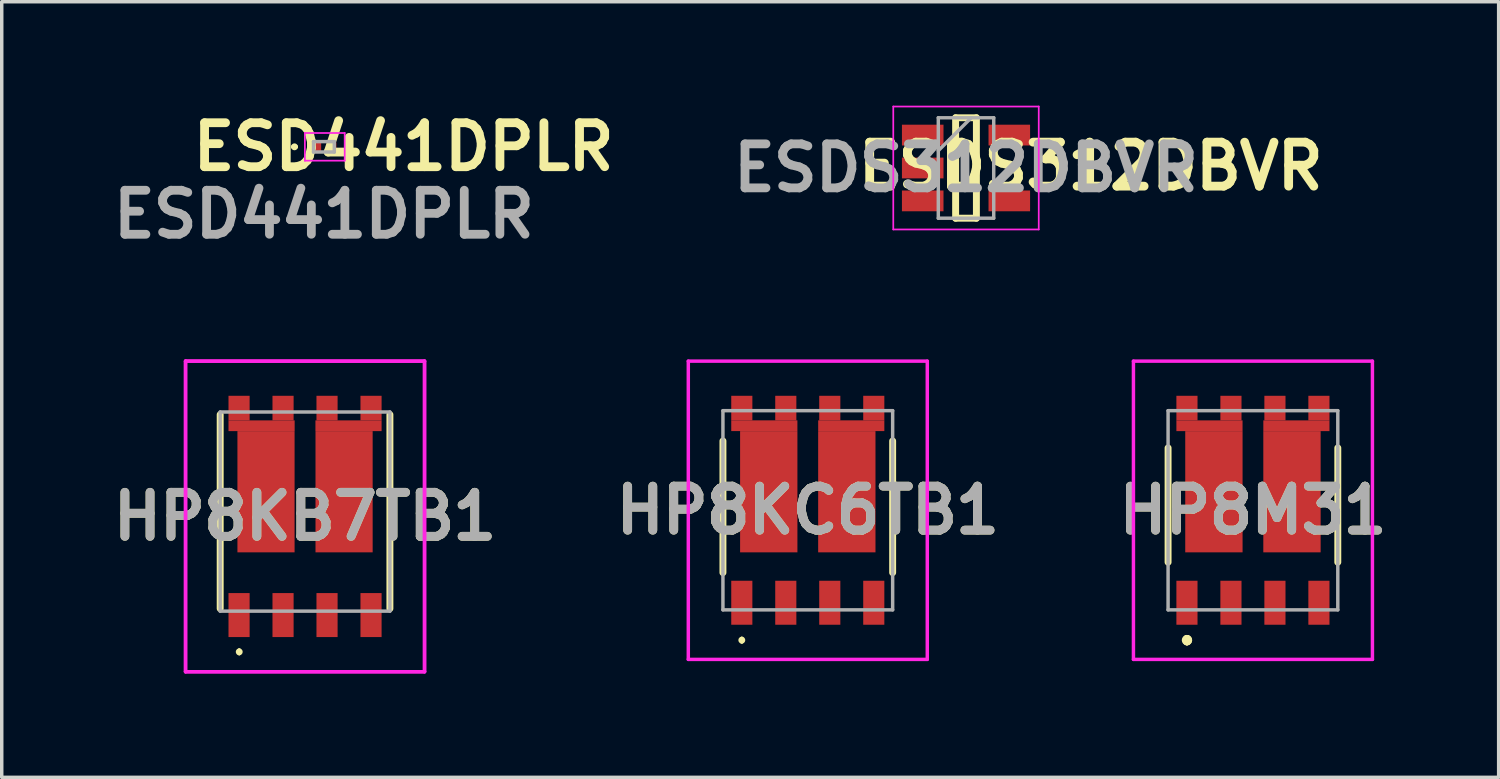
<source format=kicad_pcb>
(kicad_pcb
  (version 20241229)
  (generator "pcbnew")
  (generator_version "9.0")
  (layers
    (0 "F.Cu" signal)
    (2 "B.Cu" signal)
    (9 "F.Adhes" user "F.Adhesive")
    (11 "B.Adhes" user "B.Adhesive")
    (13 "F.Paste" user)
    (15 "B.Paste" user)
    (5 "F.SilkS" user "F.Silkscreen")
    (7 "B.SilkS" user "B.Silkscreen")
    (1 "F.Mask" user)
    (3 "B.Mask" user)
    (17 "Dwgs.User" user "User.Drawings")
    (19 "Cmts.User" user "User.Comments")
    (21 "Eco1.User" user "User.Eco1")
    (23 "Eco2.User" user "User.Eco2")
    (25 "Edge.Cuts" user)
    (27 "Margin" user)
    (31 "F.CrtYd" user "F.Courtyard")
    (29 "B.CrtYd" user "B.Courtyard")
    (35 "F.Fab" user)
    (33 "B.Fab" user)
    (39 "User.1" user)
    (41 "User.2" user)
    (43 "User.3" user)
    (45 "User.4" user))
  (footprint "HP8M31"
    (layer "F.Cu")
    (at 33.124 11.682)
    (property "Reference" "HP8M31" (at 0 0 0) (layer "F.SilkS") (effects (font (size 1.27 1.27) (thickness 0.254))))
    (attr smd)
    (fp_line (start -2.45 -1.8) (end -2.45 1.5) (stroke (width 0.2) (type solid)) (layer "F.SilkS"))
    (fp_line (start -1.905 3.7) (end -1.905 3.7) (stroke (width 0.2) (type solid)) (layer "F.SilkS"))
    (fp_line (start -1.905 3.8) (end -1.905 3.8) (stroke (width 0.2) (type solid)) (layer "F.SilkS"))
    (fp_line (start -1.905 3.8) (end -1.905 3.8) (stroke (width 0.2) (type solid)) (layer "F.SilkS"))
    (fp_line (start 2.45 1.5) (end 2.45 -1.8) (stroke (width 0.2) (type solid)) (layer "F.SilkS"))
    (fp_arc (start -1.905 3.7) (mid -1.855 3.75) (end -1.905 3.8) (stroke (width 0.2) (type solid)) (layer "F.SilkS"))
    (fp_arc (start -1.905 3.7) (mid -1.855 3.75) (end -1.905 3.8) (stroke (width 0.2) (type solid)) (layer "F.SilkS"))
    (fp_arc (start -1.905 3.8) (mid -1.955 3.75) (end -1.905 3.7) (stroke (width 0.2) (type solid)) (layer "F.SilkS"))
    (fp_line (start -3.45 -4.305) (end 3.45 -4.305) (stroke (width 0.1) (type solid)) (layer "F.CrtYd"))
    (fp_line (start -3.45 4.305) (end -3.45 -4.305) (stroke (width 0.1) (type solid)) (layer "F.CrtYd"))
    (fp_line (start 3.45 -4.305) (end 3.45 4.305) (stroke (width 0.1) (type solid)) (layer "F.CrtYd"))
    (fp_line (start 3.45 4.305) (end -3.45 4.305) (stroke (width 0.1) (type solid)) (layer "F.CrtYd"))
    (fp_line (start -2.45 -2.875) (end -2.45 2.875) (stroke (width 0.1) (type solid)) (layer "F.Fab"))
    (fp_line (start -2.45 2.875) (end 2.45 2.875) (stroke (width 0.1) (type solid)) (layer "F.Fab"))
    (fp_line (start 2.45 -2.875) (end -2.45 -2.875) (stroke (width 0.1) (type solid)) (layer "F.Fab"))
    (fp_line (start 2.45 2.875) (end 2.45 -2.875) (stroke (width 0.1) (type solid)) (layer "F.Fab"))
    (fp_text user "${REFERENCE}" (at 0 0 0) (layer "F.Fab") (effects (font (size 1.27 1.27) (thickness 0.254))))
    (pad "1" smd rect (at -1.905 2.67) (size 0.61 1.27) (layers "F.Cu" "F.Mask" "F.Paste"))
    (pad "2" smd rect (at -0.635 2.67) (size 0.61 1.27) (layers "F.Cu" "F.Mask" "F.Paste"))
    (pad "3" smd rect (at 0.635 2.67) (size 0.61 1.27) (layers "F.Cu" "F.Mask" "F.Paste"))
    (pad "4" smd rect (at 1.905 2.67) (size 0.61 1.27) (layers "F.Cu" "F.Mask" "F.Paste"))
    (pad "5" smd rect (at 1.905 -2.95) (size 0.61 0.71) (layers "F.Cu" "F.Mask" "F.Paste"))
    (pad "6" smd rect (at 0.635 -2.95) (size 0.61 0.71) (layers "F.Cu" "F.Mask" "F.Paste"))
    (pad "7" smd rect (at -0.635 -2.95) (size 0.61 0.71) (layers "F.Cu" "F.Mask" "F.Paste"))
    (pad "8" smd rect (at -1.905 -2.95) (size 0.61 0.71) (layers "F.Cu" "F.Mask" "F.Paste"))
    (pad "9" smd rect (at -1.255 -2.44 90) (size 0.31 1.91) (layers "F.Cu" "F.Mask" "F.Paste"))
    (pad "10" smd rect (at -1.127 -0.535) (size 1.655 3.5) (layers "F.Cu" "F.Mask" "F.Paste"))
    (pad "11" smd rect (at 1.127 -0.535) (size 1.655 3.5) (layers "F.Cu" "F.Mask" "F.Paste"))
    (pad "12" smd rect (at 1.255 -2.44 90) (size 0.31 1.91) (layers "F.Cu" "F.Mask" "F.Paste")))
  (footprint "HP8KC6TB1"
    (layer "F.Cu")
    (at 20.272 8.377)
    (property "Reference" "HP8KC6TB1" (at 0 3.305 0) (layer "F.SilkS") (effects (font (size 1.27 1.27) (thickness 0.254))))
    (attr smd)
    (fp_line (start -2.45 1.305) (end -2.45 5.105) (stroke (width 0.2) (type solid)) (layer "F.SilkS"))
    (fp_line (start -1.905 7.005) (end -1.905 7.005) (stroke (width 0.1) (type solid)) (layer "F.SilkS"))
    (fp_line (start -1.905 7.105) (end -1.905 7.105) (stroke (width 0.1) (type solid)) (layer "F.SilkS"))
    (fp_line (start 2.45 1.305) (end 2.45 5.105) (stroke (width 0.2) (type solid)) (layer "F.SilkS"))
    (fp_arc (start -1.905 7.005) (mid -1.855 7.055) (end -1.905 7.105) (stroke (width 0.1) (type solid)) (layer "F.SilkS"))
    (fp_arc (start -1.905 7.105) (mid -1.955 7.055) (end -1.905 7.005) (stroke (width 0.1) (type solid)) (layer "F.SilkS"))
    (fp_line (start -3.45 -1) (end 3.45 -1) (stroke (width 0.1) (type solid)) (layer "F.CrtYd"))
    (fp_line (start -3.45 7.61) (end -3.45 -1) (stroke (width 0.1) (type solid)) (layer "F.CrtYd"))
    (fp_line (start 3.45 -1) (end 3.45 7.61) (stroke (width 0.1) (type solid)) (layer "F.CrtYd"))
    (fp_line (start 3.45 7.61) (end -3.45 7.61) (stroke (width 0.1) (type solid)) (layer "F.CrtYd"))
    (fp_line (start -2.45 0.43) (end -2.45 6.18) (stroke (width 0.1) (type solid)) (layer "F.Fab"))
    (fp_line (start -2.45 6.18) (end 2.45 6.18) (stroke (width 0.1) (type solid)) (layer "F.Fab"))
    (fp_line (start 2.45 0.43) (end -2.45 0.43) (stroke (width 0.1) (type solid)) (layer "F.Fab"))
    (fp_line (start 2.45 6.18) (end 2.45 0.43) (stroke (width 0.1) (type solid)) (layer "F.Fab"))
    (fp_text user "${REFERENCE}" (at 0 3.305 0) (layer "F.Fab") (effects (font (size 1.27 1.27) (thickness 0.254))))
    (pad "1" smd rect (at -1.905 5.975) (size 0.61 1.27) (layers "F.Cu" "F.Mask" "F.Paste"))
    (pad "2" smd rect (at -0.635 5.975) (size 0.61 1.27) (layers "F.Cu" "F.Mask" "F.Paste"))
    (pad "3" smd rect (at 0.635 5.975) (size 0.61 1.27) (layers "F.Cu" "F.Mask" "F.Paste"))
    (pad "4" smd rect (at 1.905 5.975) (size 0.61 1.27) (layers "F.Cu" "F.Mask" "F.Paste"))
    (pad "5" smd rect (at 1.905 0.355) (size 0.61 0.71) (layers "F.Cu" "F.Mask" "F.Paste"))
    (pad "6" smd rect (at 0.635 0.355) (size 0.61 0.71) (layers "F.Cu" "F.Mask" "F.Paste"))
    (pad "7" smd rect (at -0.635 0.355) (size 0.61 0.71) (layers "F.Cu" "F.Mask" "F.Paste"))
    (pad "8" smd rect (at -1.905 0.355) (size 0.61 0.71) (layers "F.Cu" "F.Mask" "F.Paste"))
    (pad "9" smd rect (at -1.255 0.864 90) (size 0.31 1.91) (layers "F.Cu" "F.Mask" "F.Paste"))
    (pad "10" smd rect (at -1.127 2.77) (size 1.655 3.5) (layers "F.Cu" "F.Mask" "F.Paste"))
    (pad "11" smd rect (at 1.127 2.77) (size 1.655 3.5) (layers "F.Cu" "F.Mask" "F.Paste"))
    (pad "12" smd rect (at 1.255 0.864 90) (size 0.31 1.91) (layers "F.Cu" "F.Mask" "F.Paste")))
  (footprint "ESD441DPLR"
    (layer "F.Cu")
    (at 6.302 1.189)
    (property "Reference" "ESD441DPLR" (at 2.3 0 180) (layer "F.SilkS") (effects (font (size 1.27 1.27) (thickness 0.254))))
    (attr smd)
    (fp_line (start -0.9 0) (end -0.9 0) (stroke (width 0.1) (type solid)) (layer "F.SilkS"))
    (fp_line (start -0.8 0) (end -0.8 0) (stroke (width 0.1) (type solid)) (layer "F.SilkS"))
    (fp_arc (start -0.9 0) (mid -0.85 -0.05) (end -0.8 0) (stroke (width 0.1) (type solid)) (layer "F.SilkS"))
    (fp_arc (start -0.8 0) (mid -0.85 0.05) (end -0.9 0) (stroke (width 0.1) (type solid)) (layer "F.SilkS"))
    (fp_line (start -0.55 -0.4) (end 0.6 -0.4) (stroke (width 0.05) (type solid)) (layer "F.CrtYd"))
    (fp_line (start -0.55 0.4) (end -0.55 -0.4) (stroke (width 0.05) (type solid)) (layer "F.CrtYd"))
    (fp_line (start 0.6 -0.4) (end 0.6 0.4) (stroke (width 0.05) (type solid)) (layer "F.CrtYd"))
    (fp_line (start 0.6 0.4) (end -0.55 0.4) (stroke (width 0.05) (type solid)) (layer "F.CrtYd"))
    (fp_line (start -0.3 -0.15) (end -0.3 0.15) (stroke (width 0.1) (type solid)) (layer "F.Fab"))
    (fp_line (start -0.3 0.15) (end 0.3 0.15) (stroke (width 0.1) (type solid)) (layer "F.Fab"))
    (fp_line (start 0.3 -0.15) (end -0.3 -0.15) (stroke (width 0.1) (type solid)) (layer "F.Fab"))
    (fp_line (start 0.3 0.15) (end 0.3 -0.15) (stroke (width 0.1) (type solid)) (layer "F.Fab"))
    (fp_text user "${REFERENCE}" (at 0 1.95 0) (layer "F.Fab") (effects (font (size 1.27 1.27) (thickness 0.254))))
    (pad "1" smd rect (at -0.22 0 90) (size 0.25 0.28) (layers "F.Cu" "F.Mask" "F.Paste"))
    (pad "2" smd rect (at 0.22 0 90) (size 0.25 0.28) (layers "F.Cu" "F.Mask" "F.Paste")))
  (footprint "HP8KB7TB1"
    (layer "F.Cu")
    (at 5.757 11.72)
    (property "Reference" "HP8KB7TB1" (at 0 0.14 0) (layer "F.SilkS") (effects (font (size 1.27 1.27) (thickness 0.254))))
    (attr smd)
    (fp_line (start -2.45 -2.8) (end -2.45 2.8) (stroke (width 0.2) (type solid)) (layer "F.SilkS"))
    (fp_line (start -1.9 4) (end -1.9 4) (stroke (width 0.1) (type solid)) (layer "F.SilkS"))
    (fp_line (start -1.9 4.1) (end -1.9 4.1) (stroke (width 0.1) (type solid)) (layer "F.SilkS"))
    (fp_line (start 2.45 -2.8) (end 2.45 2.8) (stroke (width 0.2) (type solid)) (layer "F.SilkS"))
    (fp_arc (start -1.9 4) (mid -1.85 4.05) (end -1.9 4.1) (stroke (width 0.1) (type solid)) (layer "F.SilkS"))
    (fp_arc (start -1.9 4.1) (mid -1.95 4.05) (end -1.9 4) (stroke (width 0.1) (type solid)) (layer "F.SilkS"))
    (fp_line (start -3.45 -4.343) (end 3.45 -4.343) (stroke (width 0.1) (type solid)) (layer "F.CrtYd"))
    (fp_line (start -3.45 -4.343) (end 3.45 -4.343) (stroke (width 0.1) (type solid)) (layer "F.CrtYd"))
    (fp_line (start -3.45 4.623) (end -3.45 -4.343) (stroke (width 0.1) (type solid)) (layer "F.CrtYd"))
    (fp_line (start -3.45 4.623) (end -3.45 -4.343) (stroke (width 0.1) (type solid)) (layer "F.CrtYd"))
    (fp_line (start 3.45 -4.343) (end 3.45 4.623) (stroke (width 0.1) (type solid)) (layer "F.CrtYd"))
    (fp_line (start 3.45 -4.343) (end 3.45 4.623) (stroke (width 0.1) (type solid)) (layer "F.CrtYd"))
    (fp_line (start 3.45 4.623) (end -3.45 4.623) (stroke (width 0.1) (type solid)) (layer "F.CrtYd"))
    (fp_line (start 3.45 4.623) (end -3.45 4.623) (stroke (width 0.1) (type solid)) (layer "F.CrtYd"))
    (fp_line (start -2.45 -2.875) (end 2.45 -2.875) (stroke (width 0.1) (type solid)) (layer "F.Fab"))
    (fp_line (start -2.45 2.875) (end -2.45 -2.875) (stroke (width 0.1) (type solid)) (layer "F.Fab"))
    (fp_line (start 2.45 -2.875) (end 2.45 2.875) (stroke (width 0.1) (type solid)) (layer "F.Fab"))
    (fp_line (start 2.45 2.875) (end -2.45 2.875) (stroke (width 0.1) (type solid)) (layer "F.Fab"))
    (fp_text user "${REFERENCE}" (at 0 0.14 0) (layer "F.Fab") (effects (font (size 1.27 1.27) (thickness 0.254))))
    (pad "1" smd rect (at -1.905 2.988) (size 0.61 1.27) (layers "F.Cu" "F.Mask" "F.Paste"))
    (pad "2" smd rect (at -0.635 2.988) (size 0.61 1.27) (layers "F.Cu" "F.Mask" "F.Paste"))
    (pad "3" smd rect (at 0.635 2.988) (size 0.61 1.27) (layers "F.Cu" "F.Mask" "F.Paste"))
    (pad "4" smd rect (at 1.905 2.988) (size 0.61 1.27) (layers "F.Cu" "F.Mask" "F.Paste"))
    (pad "5" smd rect (at 1.905 -2.988) (size 0.61 0.71) (layers "F.Cu" "F.Mask" "F.Paste"))
    (pad "6" smd rect (at 0.635 -2.988) (size 0.61 0.71) (layers "F.Cu" "F.Mask" "F.Paste"))
    (pad "7" smd rect (at -0.635 -2.988) (size 0.61 0.71) (layers "F.Cu" "F.Mask" "F.Paste"))
    (pad "8" smd rect (at -1.905 -2.988) (size 0.61 0.71) (layers "F.Cu" "F.Mask" "F.Paste"))
    (pad "9" smd rect (at -1.255 -2.478 90) (size 0.31 1.91) (layers "F.Cu" "F.Mask" "F.Paste"))
    (pad "10" smd rect (at -1.127 -0.573) (size 1.65 3.5) (layers "F.Cu" "F.Mask" "F.Paste"))
    (pad "11" smd rect (at 1.127 -0.573) (size 1.65 3.5) (layers "F.Cu" "F.Mask" "F.Paste"))
    (pad "12" smd rect (at 1.255 -2.478 90) (size 0.31 1.91) (layers "F.Cu" "F.Mask" "F.Paste")))
  (footprint "ESDS312DBVR"
    (layer "F.Cu")
    (at 24.84 1.8)
    (property "Reference" "ESDS312DBVR" (at 3.6 -0.05 0) (layer "F.SilkS") (effects (font (size 1.27 1.27) (thickness 0.254))))
    (attr smd)
    (fp_line (start -0.3 -1.45) (end 0.3 -1.45) (stroke (width 0.2) (type solid)) (layer "F.SilkS"))
    (fp_line (start -0.3 1.45) (end -0.3 -1.45) (stroke (width 0.2) (type solid)) (layer "F.SilkS"))
    (fp_line (start 0.3 -1.45) (end 0.3 1.45) (stroke (width 0.2) (type solid)) (layer "F.SilkS"))
    (fp_line (start 0.3 1.45) (end -0.3 1.45) (stroke (width 0.2) (type solid)) (layer "F.SilkS"))
    (fp_line (start -2.1 -1.775) (end 2.1 -1.775) (stroke (width 0.05) (type solid)) (layer "F.CrtYd"))
    (fp_line (start -2.1 1.775) (end -2.1 -1.775) (stroke (width 0.05) (type solid)) (layer "F.CrtYd"))
    (fp_line (start 2.1 -1.775) (end 2.1 1.775) (stroke (width 0.05) (type solid)) (layer "F.CrtYd"))
    (fp_line (start 2.1 1.775) (end -2.1 1.775) (stroke (width 0.05) (type solid)) (layer "F.CrtYd"))
    (fp_line (start -0.8 -1.45) (end 0.8 -1.45) (stroke (width 0.1) (type solid)) (layer "F.Fab"))
    (fp_line (start -0.8 -0.5) (end 0.15 -1.45) (stroke (width 0.1) (type solid)) (layer "F.Fab"))
    (fp_line (start -0.8 1.45) (end -0.8 -1.45) (stroke (width 0.1) (type solid)) (layer "F.Fab"))
    (fp_line (start 0.8 -1.45) (end 0.8 1.45) (stroke (width 0.1) (type solid)) (layer "F.Fab"))
    (fp_line (start 0.8 1.45) (end -0.8 1.45) (stroke (width 0.1) (type solid)) (layer "F.Fab"))
    (fp_text user "${REFERENCE}" (at 0 0 0) (layer "F.Fab") (effects (font (size 1.27 1.27) (thickness 0.254))))
    (pad "1" smd rect (at -1.25 -0.95 90) (size 0.6 1.2) (layers "F.Cu" "F.Mask" "F.Paste"))
    (pad "2" smd rect (at -1.25 0 90) (size 0.6 1.2) (layers "F.Cu" "F.Mask" "F.Paste"))
    (pad "3" smd rect (at -1.25 0.95 90) (size 0.6 1.2) (layers "F.Cu" "F.Mask" "F.Paste"))
    (pad "4" smd rect (at 1.25 0.95 90) (size 0.6 1.2) (layers "F.Cu" "F.Mask" "F.Paste"))
    (pad "5" smd rect (at 1.25 -0.95 90) (size 0.6 1.2) (layers "F.Cu" "F.Mask" "F.Paste")))
  (gr_rect
    (start -3 -3)
    (end 40.218 19.393)
    (stroke (width 0.1) (type default))
    (fill no)
    (layer "Edge.Cuts")))
</source>
